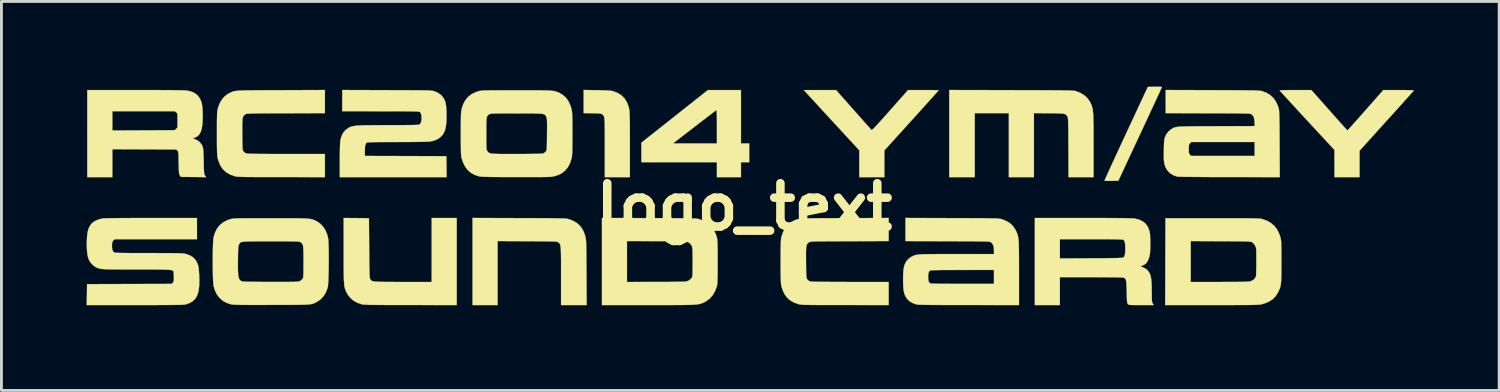
<source format=kicad_pcb>
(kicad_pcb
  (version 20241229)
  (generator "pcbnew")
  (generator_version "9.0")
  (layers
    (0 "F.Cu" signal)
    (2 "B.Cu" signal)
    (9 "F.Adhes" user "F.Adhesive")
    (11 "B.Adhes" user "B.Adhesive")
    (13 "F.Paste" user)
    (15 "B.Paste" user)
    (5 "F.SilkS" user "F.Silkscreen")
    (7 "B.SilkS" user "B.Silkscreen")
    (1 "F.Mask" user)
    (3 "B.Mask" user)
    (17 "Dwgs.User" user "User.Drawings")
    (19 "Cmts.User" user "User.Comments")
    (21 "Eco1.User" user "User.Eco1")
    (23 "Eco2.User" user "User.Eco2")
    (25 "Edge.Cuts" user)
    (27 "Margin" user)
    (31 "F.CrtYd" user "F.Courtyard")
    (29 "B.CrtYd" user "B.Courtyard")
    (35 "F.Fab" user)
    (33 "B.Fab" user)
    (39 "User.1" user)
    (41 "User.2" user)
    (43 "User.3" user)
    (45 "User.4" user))
  (footprint "logo_text"
    (layer "F.Cu")
    (at 23.154 4.235)
    (property "Reference" "logo_text" (at 0 0 0) (layer "F.SilkS") (effects (font (size 1.524 1.524) (thickness 0.3))))
    (attr through_hole)
    (fp_poly (pts (xy 14.612 -4.229) (xy 14.666 -4.226) (xy 14.695 -4.222) (xy 14.698 -4.22) (xy 14.691 -4.203) (xy 14.671 -4.157) (xy 14.638 -4.085) (xy 14.593 -3.988) (xy 14.538 -3.868) (xy 14.473 -3.728) (xy 14.4 -3.569) (xy 14.318 -3.393) (xy 14.23 -3.203) (xy 14.136 -3.001) (xy 14.036 -2.787) (xy 13.933 -2.565) (xy 13.932 -2.564) (xy 13.166 -0.923) (xy 12.928 -0.918) (xy 12.841 -0.917) (xy 12.767 -0.917) (xy 12.713 -0.919) (xy 12.683 -0.922) (xy 12.68 -0.923) (xy 12.686 -0.939) (xy 12.705 -0.984) (xy 12.737 -1.056) (xy 12.78 -1.152) (xy 12.834 -1.271) (xy 12.898 -1.411) (xy 12.971 -1.569) (xy 13.051 -1.744) (xy 13.139 -1.934) (xy 13.233 -2.137) (xy 13.332 -2.35) (xy 13.435 -2.572) (xy 13.438 -2.579) (xy 14.206 -4.225) (xy 14.452 -4.23) (xy 14.539 -4.23) (xy 14.612 -4.229)) (stroke (width 0.01) (type solid)) (fill yes) (layer "F.SilkS"))
    (fp_poly (pts (xy -0.119 -2.235) (xy 0.169 -2.235) (xy 0.169 -1.575) (xy -0.119 -1.575) (xy -0.119 -1.05) (xy -0.965 -1.05) (xy -0.965 -1.575) (xy -3.624 -1.575) (xy -3.624 -1.918) (xy -3.624 -2.235) (xy -2.509 -2.235) (xy -0.965 -2.235) (xy -0.965 -2.829) (xy -0.965 -2.992) (xy -0.966 -3.124) (xy -0.968 -3.227) (xy -0.97 -3.304) (xy -0.973 -3.359) (xy -0.977 -3.392) (xy -0.981 -3.408) (xy -0.986 -3.41) (xy -1.003 -3.397) (xy -1.044 -3.366) (xy -1.106 -3.319) (xy -1.185 -3.258) (xy -1.28 -3.186) (xy -1.385 -3.105) (xy -1.5 -3.017) (xy -1.62 -2.925) (xy -1.743 -2.83) (xy -1.865 -2.736) (xy -1.983 -2.645) (xy -2.096 -2.558) (xy -2.198 -2.479) (xy -2.289 -2.409) (xy -2.363 -2.351) (xy -2.419 -2.308) (xy -2.454 -2.28) (xy -2.461 -2.275) (xy -2.509 -2.235) (xy -3.624 -2.235) (xy -3.624 -2.261) (xy -1.281 -4.115) (xy -0.119 -4.115) (xy -0.119 -2.235)) (stroke (width 0.01) (type solid)) (fill yes) (layer "F.SilkS"))
    (fp_poly (pts (xy -5.186 -4.11) (xy -5.032 -4.107) (xy -4.907 -4.103) (xy -4.809 -4.099) (xy -4.734 -4.093) (xy -4.677 -4.087) (xy -4.635 -4.078) (xy -4.625 -4.076) (xy -4.466 -4.015) (xy -4.334 -3.933) (xy -4.226 -3.829) (xy -4.142 -3.702) (xy -4.082 -3.55) (xy -4.057 -3.451) (xy -4.051 -3.42) (xy -4.047 -3.384) (xy -4.043 -3.34) (xy -4.04 -3.284) (xy -4.037 -3.215) (xy -4.035 -3.129) (xy -4.033 -3.025) (xy -4.032 -2.899) (xy -4.031 -2.749) (xy -4.03 -2.573) (xy -4.03 -2.367) (xy -4.03 -2.185) (xy -4.03 -1.05) (xy -4.911 -1.05) (xy -4.911 -2.095) (xy -4.911 -2.315) (xy -4.911 -2.503) (xy -4.912 -2.662) (xy -4.913 -2.795) (xy -4.914 -2.905) (xy -4.917 -2.994) (xy -4.921 -3.064) (xy -4.926 -3.118) (xy -4.932 -3.159) (xy -4.941 -3.189) (xy -4.951 -3.211) (xy -4.963 -3.227) (xy -4.978 -3.241) (xy -4.995 -3.254) (xy -5.001 -3.258) (xy -5.021 -3.271) (xy -5.044 -3.28) (xy -5.076 -3.287) (xy -5.123 -3.292) (xy -5.19 -3.295) (xy -5.282 -3.298) (xy -5.352 -3.299) (xy -5.656 -3.304) (xy -5.656 -4.118) (xy -5.186 -4.11)) (stroke (width 0.01) (type solid)) (fill yes) (layer "F.SilkS"))
    (fp_poly (pts (xy 3.841 -3.422) (xy 3.957 -3.292) (xy 4.066 -3.168) (xy 4.167 -3.055) (xy 4.258 -2.953) (xy 4.336 -2.866) (xy 4.399 -2.796) (xy 4.445 -2.745) (xy 4.472 -2.716) (xy 4.478 -2.71) (xy 4.487 -2.71) (xy 4.503 -2.72) (xy 4.529 -2.741) (xy 4.565 -2.776) (xy 4.613 -2.827) (xy 4.676 -2.893) (xy 4.754 -2.979) (xy 4.849 -3.084) (xy 4.963 -3.211) (xy 5.097 -3.362) (xy 5.133 -3.403) (xy 5.764 -4.115) (xy 6.303 -4.115) (xy 6.434 -4.115) (xy 6.553 -4.114) (xy 6.657 -4.113) (xy 6.742 -4.112) (xy 6.803 -4.11) (xy 6.836 -4.109) (xy 6.841 -4.108) (xy 6.83 -4.094) (xy 6.798 -4.058) (xy 6.746 -4) (xy 6.677 -3.922) (xy 6.591 -3.827) (xy 6.491 -3.716) (xy 6.379 -3.591) (xy 6.255 -3.454) (xy 6.122 -3.306) (xy 5.98 -3.15) (xy 5.885 -3.045) (xy 4.929 -1.99) (xy 4.928 -1.52) (xy 4.928 -1.05) (xy 4.047 -1.05) (xy 4.047 -1.996) (xy 3.105 -3.017) (xy 2.959 -3.175) (xy 2.819 -3.327) (xy 2.687 -3.47) (xy 2.565 -3.603) (xy 2.454 -3.723) (xy 2.357 -3.829) (xy 2.274 -3.919) (xy 2.208 -3.99) (xy 2.161 -4.042) (xy 2.134 -4.071) (xy 2.128 -4.077) (xy 2.094 -4.115) (xy 3.227 -4.115) (xy 3.841 -3.422)) (stroke (width 0.01) (type solid)) (fill yes) (layer "F.SilkS"))
    (fp_poly (pts (xy 20.592 -3.404) (xy 20.709 -3.272) (xy 20.819 -3.148) (xy 20.92 -3.035) (xy 21.011 -2.933) (xy 21.089 -2.847) (xy 21.152 -2.778) (xy 21.199 -2.728) (xy 21.226 -2.699) (xy 21.233 -2.693) (xy 21.245 -2.706) (xy 21.278 -2.741) (xy 21.33 -2.798) (xy 21.398 -2.873) (xy 21.479 -2.964) (xy 21.573 -3.07) (xy 21.677 -3.187) (xy 21.79 -3.313) (xy 21.869 -3.404) (xy 22.496 -4.114) (xy 23.035 -4.114) (xy 23.167 -4.114) (xy 23.286 -4.113) (xy 23.389 -4.111) (xy 23.473 -4.108) (xy 23.532 -4.106) (xy 23.564 -4.102) (xy 23.568 -4.1) (xy 23.556 -4.086) (xy 23.523 -4.048) (xy 23.471 -3.989) (xy 23.401 -3.91) (xy 23.315 -3.814) (xy 23.214 -3.702) (xy 23.101 -3.576) (xy 22.977 -3.438) (xy 22.843 -3.29) (xy 22.702 -3.134) (xy 22.61 -3.033) (xy 21.658 -1.98) (xy 21.658 -1.05) (xy 20.777 -1.05) (xy 20.776 -1.528) (xy 20.775 -2.007) (xy 19.812 -3.048) (xy 19.665 -3.207) (xy 19.525 -3.358) (xy 19.393 -3.501) (xy 19.272 -3.633) (xy 19.162 -3.753) (xy 19.066 -3.858) (xy 18.986 -3.946) (xy 18.922 -4.017) (xy 18.877 -4.067) (xy 18.852 -4.096) (xy 18.847 -4.102) (xy 18.863 -4.105) (xy 18.91 -4.108) (xy 18.982 -4.11) (xy 19.076 -4.112) (xy 19.188 -4.114) (xy 19.314 -4.115) (xy 19.404 -4.115) (xy 19.961 -4.115) (xy 20.592 -3.404)) (stroke (width 0.01) (type solid)) (fill yes) (layer "F.SilkS"))
    (fp_poly (pts (xy -13.661 0.393) (xy -13.216 0.398) (xy -13.208 1.449) (xy -13.206 1.664) (xy -13.205 1.848) (xy -13.203 2.004) (xy -13.201 2.133) (xy -13.199 2.239) (xy -13.197 2.324) (xy -13.194 2.391) (xy -13.191 2.442) (xy -13.188 2.479) (xy -13.184 2.506) (xy -13.179 2.525) (xy -13.173 2.539) (xy -13.169 2.546) (xy -13.156 2.565) (xy -13.142 2.582) (xy -13.126 2.596) (xy -13.104 2.607) (xy -13.074 2.617) (xy -13.034 2.624) (xy -12.979 2.63) (xy -12.909 2.634) (xy -12.821 2.637) (xy -12.712 2.639) (xy -12.578 2.641) (xy -12.419 2.641) (xy -12.231 2.642) (xy -12.015 2.642) (xy -11.007 2.642) (xy -11.007 0.389) (xy -10.126 0.389) (xy -10.126 3.454) (xy -11.748 3.453) (xy -12.028 3.453) (xy -12.276 3.452) (xy -12.494 3.452) (xy -12.685 3.451) (xy -12.849 3.45) (xy -12.989 3.448) (xy -13.107 3.447) (xy -13.205 3.445) (xy -13.284 3.443) (xy -13.347 3.44) (xy -13.396 3.437) (xy -13.433 3.434) (xy -13.458 3.43) (xy -13.467 3.428) (xy -13.626 3.374) (xy -13.765 3.295) (xy -13.88 3.193) (xy -13.972 3.07) (xy -13.995 3.025) (xy -14.016 2.983) (xy -14.034 2.944) (xy -14.049 2.905) (xy -14.062 2.864) (xy -14.072 2.818) (xy -14.081 2.765) (xy -14.088 2.701) (xy -14.094 2.624) (xy -14.098 2.531) (xy -14.101 2.421) (xy -14.103 2.289) (xy -14.104 2.134) (xy -14.105 1.953) (xy -14.105 1.742) (xy -14.105 1.528) (xy -14.105 0.389) (xy -13.661 0.393)) (stroke (width 0.01) (type solid)) (fill yes) (layer "F.SilkS"))
    (fp_poly (pts (xy -7.929 0.394) (xy -7.655 0.394) (xy -7.413 0.395) (xy -7.2 0.396) (xy -7.015 0.397) (xy -6.856 0.398) (xy -6.72 0.4) (xy -6.605 0.401) (xy -6.509 0.403) (xy -6.431 0.405) (xy -6.367 0.407) (xy -6.316 0.41) (xy -6.276 0.413) (xy -6.244 0.417) (xy -6.219 0.421) (xy -6.199 0.426) (xy -6.189 0.428) (xy -6.034 0.485) (xy -5.907 0.558) (xy -5.817 0.634) (xy -5.731 0.736) (xy -5.664 0.852) (xy -5.612 0.99) (xy -5.601 1.027) (xy -5.594 1.054) (xy -5.588 1.081) (xy -5.583 1.111) (xy -5.578 1.145) (xy -5.575 1.187) (xy -5.571 1.24) (xy -5.569 1.306) (xy -5.567 1.388) (xy -5.565 1.488) (xy -5.563 1.609) (xy -5.562 1.754) (xy -5.561 1.926) (xy -5.559 2.126) (xy -5.558 2.307) (xy -5.551 3.454) (xy -6.452 3.454) (xy -6.452 2.43) (xy -6.452 2.208) (xy -6.452 2.017) (xy -6.452 1.855) (xy -6.454 1.719) (xy -6.456 1.607) (xy -6.459 1.516) (xy -6.464 1.444) (xy -6.47 1.388) (xy -6.478 1.345) (xy -6.488 1.314) (xy -6.5 1.291) (xy -6.515 1.274) (xy -6.532 1.26) (xy -6.552 1.247) (xy -6.558 1.244) (xy -6.57 1.237) (xy -6.585 1.231) (xy -6.605 1.226) (xy -6.633 1.222) (xy -6.67 1.219) (xy -6.721 1.216) (xy -6.788 1.214) (xy -6.872 1.212) (xy -6.977 1.21) (xy -7.106 1.209) (xy -7.261 1.208) (xy -7.445 1.207) (xy -7.65 1.206) (xy -8.687 1.201) (xy -8.687 3.454) (xy -9.567 3.454) (xy -9.567 0.388) (xy -7.929 0.394)) (stroke (width 0.01) (type solid)) (fill yes) (layer "F.SilkS"))
    (fp_poly (pts (xy 9.394 -4.111) (xy 9.712 -4.11) (xy 9.997 -4.109) (xy 10.253 -4.109) (xy 10.48 -4.108) (xy 10.68 -4.107) (xy 10.855 -4.106) (xy 11.008 -4.105) (xy 11.139 -4.104) (xy 11.25 -4.102) (xy 11.344 -4.1) (xy 11.422 -4.099) (xy 11.485 -4.096) (xy 11.537 -4.094) (xy 11.578 -4.091) (xy 11.61 -4.088) (xy 11.635 -4.085) (xy 11.655 -4.081) (xy 11.672 -4.077) (xy 11.674 -4.076) (xy 11.832 -4.014) (xy 11.969 -3.928) (xy 12.082 -3.822) (xy 12.17 -3.697) (xy 12.193 -3.65) (xy 12.212 -3.607) (xy 12.228 -3.565) (xy 12.242 -3.521) (xy 12.254 -3.474) (xy 12.264 -3.419) (xy 12.272 -3.355) (xy 12.279 -3.279) (xy 12.284 -3.188) (xy 12.287 -3.079) (xy 12.29 -2.95) (xy 12.292 -2.799) (xy 12.293 -2.622) (xy 12.293 -2.416) (xy 12.294 -2.18) (xy 12.294 -2.148) (xy 12.294 -1.05) (xy 11.414 -1.05) (xy 11.409 -2.087) (xy 11.408 -2.302) (xy 11.407 -2.485) (xy 11.406 -2.639) (xy 11.405 -2.768) (xy 11.403 -2.873) (xy 11.401 -2.957) (xy 11.399 -3.024) (xy 11.396 -3.074) (xy 11.392 -3.112) (xy 11.388 -3.14) (xy 11.383 -3.159) (xy 11.377 -3.174) (xy 11.375 -3.179) (xy 11.357 -3.209) (xy 11.34 -3.234) (xy 11.319 -3.253) (xy 11.29 -3.268) (xy 11.25 -3.279) (xy 11.196 -3.286) (xy 11.123 -3.291) (xy 11.027 -3.295) (xy 10.906 -3.297) (xy 10.755 -3.299) (xy 10.724 -3.299) (xy 10.194 -3.304) (xy 10.194 -1.05) (xy 9.313 -1.05) (xy 9.313 -3.302) (xy 8.111 -3.302) (xy 8.111 -1.05) (xy 7.214 -1.05) (xy 7.214 -4.116) (xy 9.394 -4.111)) (stroke (width 0.01) (type solid)) (fill yes) (layer "F.SilkS"))
    (fp_poly (pts (xy -21.109 -4.115) (xy -20.815 -4.114) (xy -20.553 -4.113) (xy -20.325 -4.112) (xy -20.129 -4.11) (xy -19.965 -4.108) (xy -19.833 -4.106) (xy -19.732 -4.103) (xy -19.662 -4.1) (xy -19.622 -4.096) (xy -19.473 -4.061) (xy -19.349 -4.005) (xy -19.25 -3.927) (xy -19.173 -3.827) (xy -19.153 -3.788) (xy -19.121 -3.713) (xy -19.098 -3.628) (xy -19.082 -3.53) (xy -19.072 -3.412) (xy -19.068 -3.268) (xy -19.067 -3.214) (xy -19.071 -3.031) (xy -19.083 -2.878) (xy -19.104 -2.754) (xy -19.134 -2.656) (xy -19.144 -2.632) (xy -19.192 -2.549) (xy -19.249 -2.491) (xy -19.325 -2.449) (xy -19.358 -2.437) (xy -19.401 -2.42) (xy -19.42 -2.409) (xy -19.414 -2.405) (xy -19.363 -2.394) (xy -19.298 -2.366) (xy -19.233 -2.328) (xy -19.179 -2.286) (xy -19.161 -2.267) (xy -19.128 -2.226) (xy -19.101 -2.188) (xy -19.081 -2.148) (xy -19.065 -2.101) (xy -19.054 -2.044) (xy -19.046 -1.971) (xy -19.041 -1.877) (xy -19.037 -1.759) (xy -19.033 -1.613) (xy -19.033 -1.605) (xy -19.03 -1.47) (xy -19.028 -1.364) (xy -19.025 -1.283) (xy -19.021 -1.223) (xy -19.017 -1.181) (xy -19.011 -1.151) (xy -19.003 -1.129) (xy -18.993 -1.112) (xy -18.985 -1.101) (xy -18.947 -1.049) (xy -19.39 -1.054) (xy -19.834 -1.058) (xy -19.869 -1.106) (xy -19.881 -1.123) (xy -19.89 -1.144) (xy -19.897 -1.172) (xy -19.902 -1.212) (xy -19.905 -1.269) (xy -19.909 -1.348) (xy -19.911 -1.452) (xy -19.914 -1.55) (xy -19.916 -1.676) (xy -19.919 -1.773) (xy -19.922 -1.844) (xy -19.926 -1.895) (xy -19.931 -1.93) (xy -19.938 -1.954) (xy -19.947 -1.97) (xy -19.959 -1.984) (xy -19.961 -1.985) (xy -19.999 -2.024) (xy -22.25 -2.033) (xy -22.25 -1.05) (xy -23.131 -1.05) (xy -23.131 -3.37) (xy -22.25 -3.37) (xy -22.25 -2.691) (xy -21.15 -2.696) (xy -20.05 -2.701) (xy -20.003 -2.748) (xy -19.956 -2.795) (xy -19.956 -3.288) (xy -20.051 -3.37) (xy -22.25 -3.37) (xy -23.131 -3.37) (xy -23.131 -4.115) (xy -21.437 -4.115) (xy -21.109 -4.115)) (stroke (width 0.01) (type solid)) (fill yes) (layer "F.SilkS"))
    (fp_poly (pts (xy -3.357 0.394) (xy -3.081 0.394) (xy -2.838 0.395) (xy -2.624 0.396) (xy -2.437 0.397) (xy -2.276 0.398) (xy -2.139 0.4) (xy -2.022 0.401) (xy -1.925 0.403) (xy -1.846 0.405) (xy -1.781 0.407) (xy -1.729 0.41) (xy -1.688 0.413) (xy -1.656 0.417) (xy -1.631 0.421) (xy -1.61 0.426) (xy -1.6 0.428) (xy -1.43 0.491) (xy -1.287 0.575) (xy -1.169 0.68) (xy -1.075 0.809) (xy -1.003 0.963) (xy -0.97 1.067) (xy -0.962 1.097) (xy -0.956 1.13) (xy -0.952 1.17) (xy -0.948 1.22) (xy -0.945 1.283) (xy -0.943 1.364) (xy -0.941 1.465) (xy -0.94 1.589) (xy -0.94 1.741) (xy -0.94 1.922) (xy -0.94 1.93) (xy -0.94 2.113) (xy -0.94 2.266) (xy -0.941 2.391) (xy -0.943 2.493) (xy -0.945 2.574) (xy -0.948 2.638) (xy -0.951 2.689) (xy -0.956 2.729) (xy -0.962 2.762) (xy -0.969 2.792) (xy -0.97 2.794) (xy -1.03 2.961) (xy -1.114 3.105) (xy -1.219 3.225) (xy -1.346 3.318) (xy -1.395 3.345) (xy -1.43 3.362) (xy -1.463 3.378) (xy -1.495 3.391) (xy -1.528 3.403) (xy -1.565 3.413) (xy -1.608 3.422) (xy -1.659 3.43) (xy -1.72 3.436) (xy -1.793 3.441) (xy -1.881 3.445) (xy -1.984 3.448) (xy -2.107 3.45) (xy -2.25 3.452) (xy -2.417 3.453) (xy -2.608 3.454) (xy -2.827 3.454) (xy -3.075 3.454) (xy -3.354 3.454) (xy -3.382 3.454) (xy -5.012 3.454) (xy -5.012 2.642) (xy -4.132 2.642) (xy -3.12 2.641) (xy -2.936 2.641) (xy -2.76 2.64) (xy -2.597 2.639) (xy -2.448 2.637) (xy -2.318 2.635) (xy -2.208 2.633) (xy -2.124 2.631) (xy -2.067 2.628) (xy -2.042 2.625) (xy -1.949 2.588) (xy -1.873 2.521) (xy -1.855 2.5) (xy -1.845 2.485) (xy -1.837 2.468) (xy -1.831 2.445) (xy -1.827 2.411) (xy -1.824 2.364) (xy -1.822 2.299) (xy -1.821 2.212) (xy -1.82 2.099) (xy -1.82 1.956) (xy -1.82 1.942) (xy -1.82 1.796) (xy -1.821 1.68) (xy -1.822 1.589) (xy -1.824 1.52) (xy -1.827 1.469) (xy -1.832 1.432) (xy -1.838 1.404) (xy -1.846 1.381) (xy -1.854 1.364) (xy -1.908 1.288) (xy -1.982 1.238) (xy -2.042 1.218) (xy -2.07 1.216) (xy -2.13 1.213) (xy -2.217 1.211) (xy -2.328 1.208) (xy -2.46 1.206) (xy -2.61 1.205) (xy -2.775 1.204) (xy -2.951 1.203) (xy -3.12 1.203) (xy -4.132 1.202) (xy -4.132 2.642) (xy -5.012 2.642) (xy -5.012 0.388) (xy -3.357 0.394)) (stroke (width 0.01) (type solid)) (fill yes) (layer "F.SilkS"))
    (fp_poly (pts (xy -14.766 -3.303) (xy -16.145 -3.298) (xy -16.393 -3.297) (xy -16.609 -3.297) (xy -16.797 -3.296) (xy -16.957 -3.295) (xy -17.092 -3.294) (xy -17.204 -3.292) (xy -17.296 -3.291) (xy -17.37 -3.289) (xy -17.428 -3.287) (xy -17.472 -3.284) (xy -17.505 -3.281) (xy -17.529 -3.277) (xy -17.546 -3.273) (xy -17.558 -3.267) (xy -17.567 -3.261) (xy -17.571 -3.258) (xy -17.6 -3.237) (xy -17.622 -3.215) (xy -17.64 -3.189) (xy -17.654 -3.156) (xy -17.664 -3.112) (xy -17.67 -3.053) (xy -17.674 -2.976) (xy -17.676 -2.876) (xy -17.676 -2.751) (xy -17.675 -2.597) (xy -17.675 -2.557) (xy -17.673 -2.406) (xy -17.672 -2.285) (xy -17.67 -2.19) (xy -17.668 -2.118) (xy -17.665 -2.065) (xy -17.661 -2.027) (xy -17.655 -2) (xy -17.648 -1.98) (xy -17.639 -1.964) (xy -17.631 -1.952) (xy -17.577 -1.902) (xy -17.53 -1.88) (xy -17.499 -1.877) (xy -17.436 -1.874) (xy -17.34 -1.871) (xy -17.212 -1.868) (xy -17.053 -1.866) (xy -16.863 -1.865) (xy -16.644 -1.864) (xy -16.396 -1.863) (xy -16.119 -1.863) (xy -16.116 -1.863) (xy -14.766 -1.863) (xy -14.766 -1.05) (xy -16.294 -1.051) (xy -16.557 -1.051) (xy -16.789 -1.051) (xy -16.991 -1.052) (xy -17.166 -1.052) (xy -17.316 -1.053) (xy -17.443 -1.054) (xy -17.55 -1.055) (xy -17.638 -1.057) (xy -17.711 -1.059) (xy -17.769 -1.061) (xy -17.816 -1.064) (xy -17.854 -1.067) (xy -17.885 -1.071) (xy -17.911 -1.076) (xy -17.934 -1.081) (xy -17.946 -1.084) (xy -18.106 -1.141) (xy -18.242 -1.221) (xy -18.354 -1.325) (xy -18.443 -1.454) (xy -18.509 -1.608) (xy -18.537 -1.707) (xy -18.544 -1.741) (xy -18.55 -1.779) (xy -18.555 -1.822) (xy -18.559 -1.875) (xy -18.562 -1.941) (xy -18.564 -2.023) (xy -18.566 -2.125) (xy -18.567 -2.251) (xy -18.567 -2.403) (xy -18.567 -2.586) (xy -18.567 -2.591) (xy -18.567 -2.775) (xy -18.567 -2.928) (xy -18.566 -3.054) (xy -18.564 -3.157) (xy -18.562 -3.239) (xy -18.559 -3.304) (xy -18.555 -3.356) (xy -18.55 -3.397) (xy -18.544 -3.432) (xy -18.538 -3.459) (xy -18.483 -3.618) (xy -18.408 -3.758) (xy -18.313 -3.875) (xy -18.202 -3.965) (xy -18.145 -3.997) (xy -18.109 -4.015) (xy -18.077 -4.031) (xy -18.047 -4.045) (xy -18.016 -4.057) (xy -17.982 -4.067) (xy -17.944 -4.076) (xy -17.898 -4.083) (xy -17.842 -4.089) (xy -17.775 -4.094) (xy -17.694 -4.098) (xy -17.596 -4.101) (xy -17.48 -4.104) (xy -17.343 -4.105) (xy -17.184 -4.107) (xy -16.999 -4.108) (xy -16.786 -4.109) (xy -16.544 -4.11) (xy -16.311 -4.11) (xy -14.766 -4.116) (xy -14.766 -3.303)) (stroke (width 0.01) (type solid)) (fill yes) (layer "F.SilkS"))
    (fp_poly (pts (xy 5.08 1.201) (xy 3.701 1.206) (xy 3.453 1.207) (xy 3.236 1.208) (xy 3.049 1.209) (xy 2.889 1.209) (xy 2.754 1.211) (xy 2.642 1.212) (xy 2.55 1.213) (xy 2.476 1.215) (xy 2.418 1.217) (xy 2.373 1.22) (xy 2.341 1.223) (xy 2.317 1.227) (xy 2.3 1.232) (xy 2.288 1.237) (xy 2.279 1.243) (xy 2.275 1.246) (xy 2.246 1.267) (xy 2.224 1.289) (xy 2.206 1.315) (xy 2.192 1.348) (xy 2.182 1.392) (xy 2.176 1.451) (xy 2.172 1.528) (xy 2.17 1.628) (xy 2.17 1.753) (xy 2.171 1.907) (xy 2.171 1.947) (xy 2.173 2.098) (xy 2.174 2.219) (xy 2.176 2.314) (xy 2.178 2.386) (xy 2.181 2.439) (xy 2.185 2.478) (xy 2.19 2.505) (xy 2.198 2.524) (xy 2.207 2.54) (xy 2.215 2.552) (xy 2.269 2.603) (xy 2.316 2.624) (xy 2.347 2.628) (xy 2.41 2.631) (xy 2.506 2.634) (xy 2.634 2.636) (xy 2.793 2.638) (xy 2.983 2.639) (xy 3.202 2.641) (xy 3.45 2.641) (xy 3.727 2.642) (xy 3.73 2.642) (xy 5.08 2.642) (xy 5.08 3.454) (xy 3.552 3.453) (xy 3.289 3.453) (xy 3.057 3.453) (xy 2.855 3.453) (xy 2.68 3.452) (xy 2.53 3.451) (xy 2.403 3.45) (xy 2.296 3.449) (xy 2.208 3.448) (xy 2.135 3.446) (xy 2.077 3.443) (xy 2.029 3.44) (xy 1.992 3.437) (xy 1.961 3.433) (xy 1.935 3.428) (xy 1.912 3.423) (xy 1.9 3.42) (xy 1.74 3.363) (xy 1.604 3.283) (xy 1.492 3.179) (xy 1.403 3.05) (xy 1.337 2.896) (xy 1.309 2.798) (xy 1.302 2.763) (xy 1.296 2.725) (xy 1.291 2.682) (xy 1.287 2.629) (xy 1.284 2.564) (xy 1.281 2.481) (xy 1.28 2.379) (xy 1.279 2.254) (xy 1.279 2.101) (xy 1.279 1.919) (xy 1.279 1.913) (xy 1.279 1.73) (xy 1.279 1.576) (xy 1.28 1.45) (xy 1.282 1.347) (xy 1.284 1.265) (xy 1.287 1.2) (xy 1.291 1.148) (xy 1.296 1.107) (xy 1.302 1.072) (xy 1.308 1.046) (xy 1.363 0.886) (xy 1.438 0.746) (xy 1.533 0.629) (xy 1.644 0.539) (xy 1.701 0.507) (xy 1.737 0.489) (xy 1.769 0.473) (xy 1.799 0.46) (xy 1.83 0.448) (xy 1.864 0.437) (xy 1.902 0.429) (xy 1.948 0.421) (xy 2.004 0.415) (xy 2.071 0.41) (xy 2.152 0.406) (xy 2.25 0.403) (xy 2.366 0.401) (xy 2.503 0.399) (xy 2.662 0.397) (xy 2.847 0.396) (xy 3.06 0.396) (xy 3.302 0.395) (xy 3.535 0.394) (xy 5.08 0.388) (xy 5.08 1.201)) (stroke (width 0.01) (type solid)) (fill yes) (layer "F.SilkS"))
    (fp_poly (pts (xy 16.751 0.398) (xy 16.994 0.398) (xy 17.207 0.398) (xy 17.393 0.399) (xy 17.554 0.399) (xy 17.691 0.4) (xy 17.806 0.401) (xy 17.903 0.403) (xy 17.983 0.404) (xy 18.047 0.407) (xy 18.099 0.409) (xy 18.141 0.412) (xy 18.173 0.416) (xy 18.2 0.42) (xy 18.221 0.424) (xy 18.236 0.428) (xy 18.403 0.488) (xy 18.545 0.57) (xy 18.664 0.674) (xy 18.76 0.803) (xy 18.835 0.958) (xy 18.876 1.084) (xy 18.883 1.114) (xy 18.889 1.147) (xy 18.894 1.187) (xy 18.898 1.236) (xy 18.901 1.3) (xy 18.903 1.38) (xy 18.905 1.481) (xy 18.906 1.605) (xy 18.906 1.756) (xy 18.906 1.93) (xy 18.906 2.121) (xy 18.905 2.28) (xy 18.904 2.414) (xy 18.901 2.524) (xy 18.897 2.615) (xy 18.89 2.69) (xy 18.881 2.753) (xy 18.869 2.808) (xy 18.854 2.857) (xy 18.835 2.906) (xy 18.812 2.956) (xy 18.787 3.008) (xy 18.705 3.14) (xy 18.597 3.249) (xy 18.463 3.336) (xy 18.304 3.401) (xy 18.208 3.427) (xy 18.185 3.432) (xy 18.157 3.436) (xy 18.122 3.439) (xy 18.078 3.442) (xy 18.023 3.445) (xy 17.955 3.447) (xy 17.872 3.449) (xy 17.772 3.451) (xy 17.652 3.452) (xy 17.51 3.453) (xy 17.345 3.453) (xy 17.154 3.454) (xy 16.935 3.454) (xy 16.686 3.454) (xy 16.452 3.454) (xy 14.816 3.454) (xy 14.819 2.642) (xy 15.714 2.642) (xy 16.727 2.642) (xy 16.944 2.641) (xy 17.129 2.641) (xy 17.286 2.64) (xy 17.416 2.639) (xy 17.524 2.638) (xy 17.61 2.636) (xy 17.679 2.633) (xy 17.732 2.63) (xy 17.773 2.626) (xy 17.803 2.622) (xy 17.826 2.616) (xy 17.826 2.616) (xy 17.911 2.576) (xy 17.975 2.516) (xy 18.013 2.441) (xy 18.013 2.441) (xy 18.016 2.413) (xy 18.019 2.356) (xy 18.022 2.274) (xy 18.024 2.173) (xy 18.025 2.058) (xy 18.026 1.933) (xy 18.026 1.922) (xy 18.025 1.783) (xy 18.025 1.673) (xy 18.024 1.589) (xy 18.022 1.525) (xy 18.018 1.478) (xy 18.013 1.443) (xy 18.006 1.416) (xy 17.997 1.392) (xy 17.985 1.367) (xy 17.983 1.363) (xy 17.935 1.291) (xy 17.882 1.245) (xy 17.869 1.238) (xy 17.854 1.232) (xy 17.834 1.227) (xy 17.808 1.223) (xy 17.772 1.219) (xy 17.723 1.216) (xy 17.66 1.214) (xy 17.579 1.212) (xy 17.478 1.21) (xy 17.354 1.209) (xy 17.205 1.208) (xy 17.027 1.207) (xy 16.819 1.206) (xy 16.768 1.206) (xy 15.714 1.201) (xy 15.714 2.642) (xy 14.819 2.642) (xy 14.821 1.926) (xy 14.825 0.398) (xy 16.476 0.398) (xy 16.751 0.398)) (stroke (width 0.01) (type solid)) (fill yes) (layer "F.SilkS"))
    (fp_poly (pts (xy -12.586 -4.111) (xy -12.32 -4.11) (xy -12.086 -4.109) (xy -11.881 -4.109) (xy -11.704 -4.108) (xy -11.551 -4.107) (xy -11.422 -4.106) (xy -11.314 -4.104) (xy -11.224 -4.103) (xy -11.151 -4.101) (xy -11.092 -4.098) (xy -11.045 -4.096) (xy -11.009 -4.092) (xy -10.98 -4.088) (xy -10.956 -4.084) (xy -10.936 -4.079) (xy -10.918 -4.073) (xy -10.905 -4.069) (xy -10.775 -4.01) (xy -10.671 -3.932) (xy -10.601 -3.848) (xy -10.564 -3.787) (xy -10.537 -3.724) (xy -10.517 -3.654) (xy -10.502 -3.569) (xy -10.493 -3.464) (xy -10.487 -3.331) (xy -10.487 -3.327) (xy -10.485 -3.125) (xy -10.493 -2.954) (xy -10.512 -2.81) (xy -10.542 -2.693) (xy -10.549 -2.672) (xy -10.61 -2.554) (xy -10.698 -2.457) (xy -10.81 -2.381) (xy -10.944 -2.328) (xy -11.063 -2.304) (xy -11.108 -2.3) (xy -11.184 -2.297) (xy -11.29 -2.294) (xy -11.421 -2.291) (xy -11.576 -2.289) (xy -11.753 -2.287) (xy -11.948 -2.286) (xy -12.16 -2.286) (xy -12.231 -2.285) (xy -12.451 -2.285) (xy -12.64 -2.285) (xy -12.799 -2.284) (xy -12.931 -2.283) (xy -13.039 -2.281) (xy -13.124 -2.279) (xy -13.19 -2.277) (xy -13.238 -2.274) (xy -13.27 -2.27) (xy -13.29 -2.266) (xy -13.298 -2.262) (xy -13.325 -2.229) (xy -13.344 -2.175) (xy -13.356 -2.096) (xy -13.36 -1.989) (xy -13.36 -1.96) (xy -13.36 -1.795) (xy -11.925 -1.791) (xy -10.49 -1.786) (xy -10.481 -1.05) (xy -14.241 -1.05) (xy -14.241 -1.638) (xy -14.24 -1.782) (xy -14.239 -1.919) (xy -14.237 -2.045) (xy -14.234 -2.156) (xy -14.23 -2.245) (xy -14.226 -2.31) (xy -14.223 -2.337) (xy -14.186 -2.482) (xy -14.124 -2.606) (xy -14.038 -2.708) (xy -13.929 -2.786) (xy -13.882 -2.809) (xy -13.847 -2.823) (xy -13.809 -2.834) (xy -13.766 -2.844) (xy -13.714 -2.853) (xy -13.651 -2.86) (xy -13.575 -2.865) (xy -13.482 -2.87) (xy -13.371 -2.873) (xy -13.238 -2.875) (xy -13.081 -2.877) (xy -12.897 -2.878) (xy -12.684 -2.879) (xy -12.513 -2.879) (xy -12.279 -2.879) (xy -12.077 -2.88) (xy -11.906 -2.881) (xy -11.764 -2.882) (xy -11.65 -2.884) (xy -11.561 -2.887) (xy -11.498 -2.89) (xy -11.457 -2.894) (xy -11.439 -2.898) (xy -11.405 -2.931) (xy -11.38 -2.988) (xy -11.365 -3.06) (xy -11.361 -3.14) (xy -11.368 -3.218) (xy -11.385 -3.286) (xy -11.414 -3.335) (xy -11.425 -3.346) (xy -11.436 -3.35) (xy -11.457 -3.354) (xy -11.491 -3.357) (xy -11.54 -3.36) (xy -11.606 -3.362) (xy -11.691 -3.364) (xy -11.796 -3.366) (xy -11.925 -3.367) (xy -12.078 -3.368) (xy -12.258 -3.368) (xy -12.468 -3.369) (xy -12.708 -3.369) (xy -12.806 -3.369) (xy -14.156 -3.37) (xy -14.156 -4.116) (xy -12.586 -4.111)) (stroke (width 0.01) (type solid)) (fill yes) (layer "F.SilkS"))
    (fp_poly (pts (xy 16.48 -4.111) (xy 16.755 -4.11) (xy 16.998 -4.109) (xy 17.211 -4.108) (xy 17.397 -4.107) (xy 17.557 -4.106) (xy 17.694 -4.104) (xy 17.809 -4.103) (xy 17.906 -4.101) (xy 17.985 -4.099) (xy 18.049 -4.097) (xy 18.1 -4.094) (xy 18.14 -4.091) (xy 18.172 -4.087) (xy 18.197 -4.083) (xy 18.217 -4.079) (xy 18.227 -4.076) (xy 18.386 -4.015) (xy 18.52 -3.932) (xy 18.631 -3.827) (xy 18.72 -3.697) (xy 18.788 -3.54) (xy 18.807 -3.48) (xy 18.813 -3.457) (xy 18.818 -3.431) (xy 18.823 -3.398) (xy 18.826 -3.357) (xy 18.829 -3.304) (xy 18.832 -3.237) (xy 18.834 -3.154) (xy 18.836 -3.052) (xy 18.838 -2.928) (xy 18.839 -2.779) (xy 18.841 -2.604) (xy 18.842 -2.4) (xy 18.843 -2.214) (xy 18.849 -1.05) (xy 17.074 -1.051) (xy 16.801 -1.052) (xy 16.544 -1.052) (xy 16.305 -1.053) (xy 16.086 -1.055) (xy 15.888 -1.056) (xy 15.713 -1.058) (xy 15.562 -1.059) (xy 15.439 -1.061) (xy 15.343 -1.064) (xy 15.277 -1.066) (xy 15.243 -1.068) (xy 15.24 -1.069) (xy 15.097 -1.12) (xy 14.982 -1.192) (xy 14.892 -1.284) (xy 14.827 -1.398) (xy 14.792 -1.505) (xy 14.782 -1.551) (xy 14.775 -1.602) (xy 14.77 -1.663) (xy 14.768 -1.74) (xy 14.768 -1.838) (xy 14.769 -1.964) (xy 14.769 -1.991) (xy 14.77 -2.037) (xy 15.646 -2.037) (xy 15.647 -1.962) (xy 15.65 -1.911) (xy 15.658 -1.878) (xy 15.671 -1.855) (xy 15.688 -1.836) (xy 15.73 -1.795) (xy 17.966 -1.795) (xy 17.966 -2.286) (xy 15.736 -2.286) (xy 15.691 -2.241) (xy 15.67 -2.218) (xy 15.657 -2.194) (xy 15.65 -2.16) (xy 15.647 -2.108) (xy 15.646 -2.037) (xy 14.77 -2.037) (xy 14.771 -2.117) (xy 14.774 -2.213) (xy 14.778 -2.287) (xy 14.783 -2.343) (xy 14.79 -2.387) (xy 14.799 -2.424) (xy 14.811 -2.459) (xy 14.866 -2.573) (xy 14.938 -2.663) (xy 15.016 -2.726) (xy 15.045 -2.745) (xy 15.072 -2.762) (xy 15.097 -2.777) (xy 15.125 -2.79) (xy 15.156 -2.8) (xy 15.195 -2.809) (xy 15.242 -2.817) (xy 15.3 -2.823) (xy 15.372 -2.828) (xy 15.46 -2.831) (xy 15.567 -2.834) (xy 15.694 -2.836) (xy 15.844 -2.838) (xy 16.019 -2.839) (xy 16.222 -2.84) (xy 16.455 -2.84) (xy 16.618 -2.841) (xy 17.97 -2.846) (xy 17.963 -2.985) (xy 17.953 -3.085) (xy 17.935 -3.159) (xy 17.905 -3.214) (xy 17.86 -3.257) (xy 17.859 -3.258) (xy 17.85 -3.264) (xy 17.84 -3.27) (xy 17.827 -3.274) (xy 17.808 -3.278) (xy 17.781 -3.282) (xy 17.745 -3.285) (xy 17.696 -3.287) (xy 17.633 -3.289) (xy 17.554 -3.291) (xy 17.456 -3.293) (xy 17.338 -3.294) (xy 17.197 -3.295) (xy 17.031 -3.296) (xy 16.838 -3.297) (xy 16.615 -3.297) (xy 16.362 -3.298) (xy 16.323 -3.298) (xy 14.834 -3.303) (xy 14.834 -4.116) (xy 16.48 -4.111)) (stroke (width 0.01) (type solid)) (fill yes) (layer "F.SilkS"))
    (fp_poly (pts (xy 12.247 0.39) (xy 12.538 0.39) (xy 12.796 0.391) (xy 13.022 0.392) (xy 13.217 0.394) (xy 13.38 0.396) (xy 13.513 0.398) (xy 13.616 0.401) (xy 13.689 0.404) (xy 13.733 0.408) (xy 13.738 0.408) (xy 13.891 0.445) (xy 14.018 0.504) (xy 14.121 0.586) (xy 14.199 0.691) (xy 14.253 0.82) (xy 14.273 0.905) (xy 14.281 0.967) (xy 14.286 1.055) (xy 14.29 1.161) (xy 14.291 1.276) (xy 14.29 1.392) (xy 14.287 1.502) (xy 14.282 1.597) (xy 14.275 1.669) (xy 14.274 1.676) (xy 14.25 1.778) (xy 14.213 1.874) (xy 14.168 1.954) (xy 14.132 1.997) (xy 14.091 2.026) (xy 14.034 2.054) (xy 14 2.068) (xy 13.957 2.085) (xy 13.94 2.096) (xy 13.949 2.099) (xy 13.998 2.11) (xy 14.06 2.137) (xy 14.123 2.174) (xy 14.177 2.215) (xy 14.193 2.229) (xy 14.234 2.28) (xy 14.268 2.335) (xy 14.294 2.4) (xy 14.313 2.477) (xy 14.327 2.572) (xy 14.336 2.689) (xy 14.341 2.831) (xy 14.342 2.997) (xy 14.343 3.116) (xy 14.344 3.205) (xy 14.346 3.271) (xy 14.35 3.319) (xy 14.356 3.352) (xy 14.364 3.377) (xy 14.376 3.399) (xy 14.376 3.399) (xy 14.41 3.454) (xy 13.972 3.454) (xy 13.839 3.454) (xy 13.736 3.454) (xy 13.658 3.453) (xy 13.602 3.45) (xy 13.563 3.447) (xy 13.537 3.441) (xy 13.52 3.434) (xy 13.508 3.425) (xy 13.503 3.419) (xy 13.492 3.405) (xy 13.484 3.385) (xy 13.478 3.356) (xy 13.473 3.313) (xy 13.469 3.251) (xy 13.466 3.166) (xy 13.463 3.054) (xy 13.462 2.99) (xy 13.459 2.852) (xy 13.454 2.744) (xy 13.448 2.661) (xy 13.439 2.6) (xy 13.427 2.557) (xy 13.41 2.527) (xy 13.388 2.507) (xy 13.36 2.492) (xy 13.35 2.488) (xy 13.325 2.485) (xy 13.268 2.482) (xy 13.181 2.48) (xy 13.066 2.477) (xy 12.927 2.476) (xy 12.763 2.474) (xy 12.579 2.473) (xy 12.375 2.472) (xy 12.208 2.472) (xy 11.108 2.472) (xy 11.108 3.454) (xy 10.228 3.454) (xy 10.228 1.813) (xy 11.108 1.813) (xy 12.205 1.808) (xy 12.439 1.807) (xy 12.642 1.806) (xy 12.815 1.804) (xy 12.959 1.802) (xy 13.077 1.8) (xy 13.171 1.797) (xy 13.242 1.794) (xy 13.292 1.791) (xy 13.324 1.787) (xy 13.337 1.783) (xy 13.367 1.756) (xy 13.389 1.713) (xy 13.402 1.649) (xy 13.409 1.56) (xy 13.411 1.463) (xy 13.409 1.355) (xy 13.402 1.275) (xy 13.389 1.218) (xy 13.368 1.179) (xy 13.347 1.158) (xy 13.335 1.153) (xy 13.31 1.149) (xy 13.269 1.146) (xy 13.211 1.143) (xy 13.134 1.141) (xy 13.035 1.139) (xy 12.913 1.137) (xy 12.765 1.136) (xy 12.588 1.136) (xy 12.382 1.135) (xy 12.213 1.135) (xy 11.108 1.135) (xy 11.108 1.813) (xy 10.228 1.813) (xy 10.228 0.389) (xy 11.922 0.389) (xy 12.247 0.39)) (stroke (width 0.01) (type solid)) (fill yes) (layer "F.SilkS"))
    (fp_poly (pts (xy -19.27 1.135) (xy -22.164 1.135) (xy -22.209 1.173) (xy -22.234 1.2) (xy -22.249 1.231) (xy -22.258 1.278) (xy -22.262 1.33) (xy -22.262 1.437) (xy -22.245 1.521) (xy -22.213 1.58) (xy -22.183 1.604) (xy -22.167 1.608) (xy -22.136 1.612) (xy -22.089 1.615) (xy -22.024 1.618) (xy -21.937 1.62) (xy -21.829 1.622) (xy -21.695 1.623) (xy -21.536 1.624) (xy -21.347 1.625) (xy -21.129 1.625) (xy -20.955 1.625) (xy -20.724 1.625) (xy -20.524 1.626) (xy -20.354 1.626) (xy -20.209 1.627) (xy -20.088 1.628) (xy -19.988 1.629) (xy -19.907 1.631) (xy -19.842 1.633) (xy -19.79 1.636) (xy -19.749 1.64) (xy -19.716 1.644) (xy -19.688 1.649) (xy -19.664 1.655) (xy -19.657 1.657) (xy -19.519 1.707) (xy -19.407 1.776) (xy -19.321 1.866) (xy -19.257 1.979) (xy -19.225 2.074) (xy -19.213 2.133) (xy -19.204 2.218) (xy -19.197 2.322) (xy -19.192 2.438) (xy -19.189 2.557) (xy -19.19 2.672) (xy -19.193 2.775) (xy -19.2 2.858) (xy -19.228 3.013) (xy -19.275 3.142) (xy -19.343 3.246) (xy -19.435 3.328) (xy -19.551 3.392) (xy -19.668 3.431) (xy -19.688 3.435) (xy -19.719 3.438) (xy -19.762 3.441) (xy -19.821 3.444) (xy -19.895 3.446) (xy -19.988 3.448) (xy -20.1 3.45) (xy -20.235 3.451) (xy -20.393 3.452) (xy -20.577 3.453) (xy -20.789 3.454) (xy -21.029 3.454) (xy -21.301 3.454) (xy -21.451 3.454) (xy -23.149 3.454) (xy -23.144 3.086) (xy -23.139 2.718) (xy -20.153 2.709) (xy -20.118 2.665) (xy -20.101 2.638) (xy -20.09 2.606) (xy -20.085 2.559) (xy -20.083 2.489) (xy -20.083 2.46) (xy -20.085 2.387) (xy -20.089 2.324) (xy -20.096 2.281) (xy -20.1 2.27) (xy -20.107 2.257) (xy -20.118 2.246) (xy -20.134 2.236) (xy -20.157 2.228) (xy -20.191 2.221) (xy -20.236 2.216) (xy -20.295 2.212) (xy -20.372 2.208) (xy -20.467 2.206) (xy -20.584 2.204) (xy -20.725 2.202) (xy -20.891 2.202) (xy -21.086 2.201) (xy -21.312 2.201) (xy -21.402 2.201) (xy -21.637 2.201) (xy -21.84 2.201) (xy -22.015 2.2) (xy -22.164 2.199) (xy -22.289 2.198) (xy -22.393 2.196) (xy -22.479 2.193) (xy -22.55 2.189) (xy -22.607 2.184) (xy -22.655 2.178) (xy -22.694 2.17) (xy -22.728 2.161) (xy -22.759 2.15) (xy -22.791 2.138) (xy -22.812 2.129) (xy -22.89 2.083) (xy -22.967 2.014) (xy -23.033 1.934) (xy -23.068 1.874) (xy -23.1 1.791) (xy -23.123 1.692) (xy -23.138 1.573) (xy -23.146 1.428) (xy -23.148 1.301) (xy -23.144 1.13) (xy -23.134 0.988) (xy -23.115 0.869) (xy -23.088 0.771) (xy -23.05 0.687) (xy -23.001 0.613) (xy -22.979 0.588) (xy -22.91 0.528) (xy -22.816 0.475) (xy -22.707 0.434) (xy -22.594 0.408) (xy -22.552 0.404) (xy -22.477 0.401) (xy -22.37 0.398) (xy -22.229 0.396) (xy -22.056 0.394) (xy -21.849 0.392) (xy -21.609 0.391) (xy -21.335 0.39) (xy -21.028 0.39) (xy -20.871 0.389) (xy -19.27 0.389) (xy -19.27 1.135)) (stroke (width 0.01) (type solid)) (fill yes) (layer "F.SilkS"))
    (fp_poly (pts (xy 7.311 0.394) (xy 7.585 0.394) (xy 7.827 0.395) (xy 8.04 0.396) (xy 8.224 0.397) (xy 8.384 0.398) (xy 8.52 0.4) (xy 8.635 0.401) (xy 8.731 0.403) (xy 8.809 0.405) (xy 8.873 0.407) (xy 8.924 0.41) (xy 8.964 0.413) (xy 8.996 0.417) (xy 9.02 0.421) (xy 9.041 0.426) (xy 9.051 0.428) (xy 9.211 0.489) (xy 9.345 0.569) (xy 9.454 0.671) (xy 9.539 0.795) (xy 9.561 0.838) (xy 9.581 0.88) (xy 9.599 0.92) (xy 9.614 0.96) (xy 9.626 1.001) (xy 9.637 1.048) (xy 9.645 1.102) (xy 9.652 1.166) (xy 9.658 1.244) (xy 9.662 1.337) (xy 9.665 1.449) (xy 9.666 1.581) (xy 9.668 1.737) (xy 9.668 1.92) (xy 9.669 2.131) (xy 9.669 2.324) (xy 9.669 3.454) (xy 7.904 3.453) (xy 7.612 3.453) (xy 7.353 3.453) (xy 7.124 3.452) (xy 6.923 3.451) (xy 6.748 3.451) (xy 6.598 3.449) (xy 6.471 3.448) (xy 6.364 3.446) (xy 6.276 3.444) (xy 6.205 3.442) (xy 6.149 3.44) (xy 6.107 3.437) (xy 6.076 3.433) (xy 6.054 3.429) (xy 6.049 3.428) (xy 5.923 3.383) (xy 5.821 3.322) (xy 5.765 3.273) (xy 5.711 3.209) (xy 5.669 3.14) (xy 5.636 3.061) (xy 5.614 2.966) (xy 5.599 2.852) (xy 5.591 2.713) (xy 5.589 2.557) (xy 5.59 2.464) (xy 6.469 2.464) (xy 6.475 2.565) (xy 6.495 2.637) (xy 6.53 2.684) (xy 6.533 2.686) (xy 6.545 2.691) (xy 6.57 2.695) (xy 6.61 2.698) (xy 6.668 2.701) (xy 6.745 2.703) (xy 6.844 2.705) (xy 6.966 2.706) (xy 7.114 2.707) (xy 7.29 2.708) (xy 7.496 2.709) (xy 7.675 2.709) (xy 8.788 2.709) (xy 8.788 2.218) (xy 7.675 2.219) (xy 7.444 2.219) (xy 7.246 2.22) (xy 7.076 2.22) (xy 6.935 2.221) (xy 6.818 2.223) (xy 6.725 2.225) (xy 6.653 2.227) (xy 6.599 2.23) (xy 6.563 2.234) (xy 6.541 2.238) (xy 6.533 2.241) (xy 6.497 2.286) (xy 6.476 2.357) (xy 6.469 2.456) (xy 6.469 2.464) (xy 5.59 2.464) (xy 5.591 2.39) (xy 5.6 2.253) (xy 5.615 2.14) (xy 5.639 2.046) (xy 5.671 1.968) (xy 5.715 1.901) (xy 5.767 1.842) (xy 5.821 1.796) (xy 5.882 1.755) (xy 5.904 1.743) (xy 5.935 1.728) (xy 5.964 1.715) (xy 5.993 1.704) (xy 6.026 1.694) (xy 6.064 1.686) (xy 6.11 1.68) (xy 6.165 1.674) (xy 6.234 1.67) (xy 6.317 1.666) (xy 6.418 1.664) (xy 6.539 1.662) (xy 6.682 1.661) (xy 6.85 1.66) (xy 7.045 1.66) (xy 7.269 1.66) (xy 7.472 1.66) (xy 8.788 1.659) (xy 8.788 1.528) (xy 8.782 1.422) (xy 8.759 1.342) (xy 8.72 1.28) (xy 8.681 1.246) (xy 8.673 1.24) (xy 8.662 1.234) (xy 8.649 1.23) (xy 8.629 1.226) (xy 8.602 1.222) (xy 8.565 1.219) (xy 8.515 1.217) (xy 8.451 1.215) (xy 8.371 1.213) (xy 8.272 1.212) (xy 8.152 1.21) (xy 8.009 1.209) (xy 7.842 1.209) (xy 7.646 1.208) (xy 7.422 1.207) (xy 7.166 1.206) (xy 7.153 1.206) (xy 5.673 1.202) (xy 5.673 0.388) (xy 7.311 0.394)) (stroke (width 0.01) (type solid)) (fill yes) (layer "F.SilkS"))
    (fp_poly (pts (xy -16.203 0.398) (xy -16.014 0.398) (xy -15.852 0.399) (xy -15.713 0.4) (xy -15.596 0.403) (xy -15.498 0.406) (xy -15.417 0.41) (xy -15.349 0.415) (xy -15.294 0.422) (xy -15.247 0.43) (xy -15.208 0.44) (xy -15.172 0.451) (xy -15.139 0.465) (xy -15.104 0.481) (xy -15.067 0.499) (xy -15.06 0.503) (xy -14.942 0.579) (xy -14.839 0.683) (xy -14.754 0.811) (xy -14.69 0.958) (xy -14.654 1.097) (xy -14.647 1.153) (xy -14.642 1.236) (xy -14.637 1.343) (xy -14.634 1.469) (xy -14.632 1.61) (xy -14.631 1.76) (xy -14.631 1.916) (xy -14.633 2.074) (xy -14.635 2.228) (xy -14.638 2.375) (xy -14.643 2.51) (xy -14.648 2.628) (xy -14.654 2.726) (xy -14.661 2.799) (xy -14.669 2.843) (xy -14.731 3.004) (xy -14.814 3.141) (xy -14.916 3.251) (xy -15.035 3.334) (xy -15.072 3.353) (xy -15.104 3.371) (xy -15.134 3.386) (xy -15.165 3.399) (xy -15.199 3.41) (xy -15.238 3.419) (xy -15.285 3.426) (xy -15.343 3.432) (xy -15.413 3.437) (xy -15.498 3.44) (xy -15.601 3.443) (xy -15.724 3.445) (xy -15.869 3.446) (xy -16.039 3.447) (xy -16.237 3.447) (xy -16.464 3.448) (xy -16.629 3.448) (xy -16.884 3.449) (xy -17.107 3.449) (xy -17.301 3.449) (xy -17.467 3.449) (xy -17.608 3.448) (xy -17.726 3.447) (xy -17.823 3.445) (xy -17.901 3.443) (xy -17.962 3.44) (xy -18.009 3.437) (xy -18.043 3.433) (xy -18.062 3.429) (xy -18.222 3.378) (xy -18.361 3.301) (xy -18.479 3.198) (xy -18.573 3.071) (xy -18.644 2.921) (xy -18.685 2.774) (xy -18.692 2.719) (xy -18.698 2.635) (xy -18.704 2.527) (xy -18.708 2.4) (xy -18.711 2.257) (xy -18.713 2.105) (xy -18.713 2.04) (xy -17.829 2.04) (xy -17.829 2.183) (xy -17.825 2.298) (xy -17.819 2.39) (xy -17.808 2.461) (xy -17.793 2.515) (xy -17.772 2.555) (xy -17.746 2.585) (xy -17.713 2.607) (xy -17.678 2.623) (xy -17.652 2.626) (xy -17.593 2.63) (xy -17.504 2.633) (xy -17.386 2.635) (xy -17.24 2.637) (xy -17.069 2.639) (xy -16.874 2.64) (xy -16.671 2.64) (xy -16.464 2.641) (xy -16.289 2.641) (xy -16.142 2.64) (xy -16.021 2.64) (xy -15.922 2.638) (xy -15.844 2.637) (xy -15.784 2.634) (xy -15.738 2.631) (xy -15.704 2.628) (xy -15.679 2.623) (xy -15.661 2.618) (xy -15.648 2.612) (xy -15.598 2.578) (xy -15.556 2.537) (xy -15.554 2.535) (xy -15.545 2.52) (xy -15.537 2.504) (xy -15.531 2.481) (xy -15.527 2.449) (xy -15.524 2.404) (xy -15.521 2.342) (xy -15.52 2.259) (xy -15.52 2.151) (xy -15.519 2.015) (xy -15.519 1.933) (xy -15.52 1.773) (xy -15.52 1.643) (xy -15.522 1.539) (xy -15.526 1.458) (xy -15.532 1.397) (xy -15.54 1.351) (xy -15.552 1.317) (xy -15.567 1.291) (xy -15.587 1.271) (xy -15.611 1.251) (xy -15.618 1.246) (xy -15.629 1.239) (xy -15.641 1.232) (xy -15.657 1.227) (xy -15.68 1.223) (xy -15.712 1.219) (xy -15.757 1.217) (xy -15.816 1.215) (xy -15.893 1.213) (xy -15.99 1.212) (xy -16.11 1.211) (xy -16.255 1.211) (xy -16.428 1.211) (xy -16.632 1.211) (xy -16.669 1.211) (xy -16.884 1.211) (xy -17.069 1.211) (xy -17.224 1.211) (xy -17.354 1.212) (xy -17.46 1.214) (xy -17.545 1.217) (xy -17.612 1.222) (xy -17.664 1.228) (xy -17.702 1.236) (xy -17.729 1.246) (xy -17.749 1.259) (xy -17.764 1.275) (xy -17.775 1.293) (xy -17.787 1.315) (xy -17.792 1.325) (xy -17.801 1.345) (xy -17.808 1.37) (xy -17.814 1.405) (xy -17.818 1.454) (xy -17.821 1.521) (xy -17.824 1.61) (xy -17.826 1.724) (xy -17.828 1.866) (xy -17.829 2.04) (xy -18.713 2.04) (xy -18.713 1.947) (xy -18.713 1.789) (xy -18.712 1.635) (xy -18.709 1.49) (xy -18.706 1.358) (xy -18.701 1.244) (xy -18.695 1.153) (xy -18.688 1.09) (xy -18.686 1.076) (xy -18.635 0.906) (xy -18.561 0.76) (xy -18.463 0.638) (xy -18.341 0.539) (xy -18.194 0.464) (xy -18.085 0.428) (xy -18.062 0.422) (xy -18.037 0.418) (xy -18.006 0.413) (xy -17.968 0.41) (xy -17.919 0.407) (xy -17.858 0.404) (xy -17.782 0.402) (xy -17.688 0.401) (xy -17.575 0.4) (xy -17.44 0.399) (xy -17.28 0.398) (xy -17.093 0.398) (xy -16.876 0.398) (xy -16.671 0.398) (xy -16.421 0.398) (xy -16.203 0.398)) (stroke (width 0.01) (type solid)) (fill yes) (layer "F.SilkS"))
    (fp_poly (pts (xy -7.778 -4.106) (xy -7.568 -4.106) (xy -7.388 -4.106) (xy -7.234 -4.105) (xy -7.103 -4.103) (xy -6.993 -4.101) (xy -6.902 -4.098) (xy -6.827 -4.094) (xy -6.764 -4.088) (xy -6.713 -4.081) (xy -6.67 -4.073) (xy -6.632 -4.063) (xy -6.597 -4.051) (xy -6.563 -4.037) (xy -6.526 -4.02) (xy -6.511 -4.014) (xy -6.38 -3.937) (xy -6.27 -3.833) (xy -6.182 -3.703) (xy -6.115 -3.548) (xy -6.084 -3.442) (xy -6.077 -3.407) (xy -6.071 -3.369) (xy -6.066 -3.326) (xy -6.062 -3.273) (xy -6.059 -3.208) (xy -6.057 -3.126) (xy -6.055 -3.024) (xy -6.054 -2.899) (xy -6.054 -2.747) (xy -6.054 -2.565) (xy -6.054 -2.383) (xy -6.055 -2.23) (xy -6.056 -2.105) (xy -6.058 -2.003) (xy -6.06 -1.922) (xy -6.063 -1.857) (xy -6.067 -1.805) (xy -6.072 -1.764) (xy -6.078 -1.729) (xy -6.084 -1.704) (xy -6.139 -1.539) (xy -6.213 -1.399) (xy -6.3 -1.293) (xy -6.398 -1.208) (xy -6.504 -1.145) (xy -6.63 -1.098) (xy -6.682 -1.083) (xy -6.708 -1.077) (xy -6.735 -1.071) (xy -6.766 -1.067) (xy -6.802 -1.063) (xy -6.847 -1.059) (xy -6.902 -1.057) (xy -6.972 -1.055) (xy -7.057 -1.053) (xy -7.161 -1.052) (xy -7.287 -1.051) (xy -7.436 -1.051) (xy -7.612 -1.051) (xy -7.817 -1.051) (xy -8.016 -1.051) (xy -8.261 -1.052) (xy -8.474 -1.052) (xy -8.658 -1.053) (xy -8.814 -1.054) (xy -8.945 -1.056) (xy -9.054 -1.058) (xy -9.141 -1.061) (xy -9.21 -1.064) (xy -9.263 -1.067) (xy -9.302 -1.071) (xy -9.326 -1.076) (xy -9.486 -1.125) (xy -9.624 -1.2) (xy -9.74 -1.301) (xy -9.834 -1.428) (xy -9.908 -1.581) (xy -9.944 -1.691) (xy -9.953 -1.723) (xy -9.96 -1.755) (xy -9.966 -1.79) (xy -9.97 -1.831) (xy -9.974 -1.883) (xy -9.976 -1.947) (xy -9.978 -2.029) (xy -9.979 -2.131) (xy -9.98 -2.256) (xy -9.981 -2.409) (xy -9.981 -2.574) (xy -9.981 -2.58) (xy -9.085 -2.58) (xy -9.085 -2.427) (xy -9.084 -2.304) (xy -9.083 -2.208) (xy -9.082 -2.134) (xy -9.079 -2.079) (xy -9.076 -2.04) (xy -9.071 -2.013) (xy -9.064 -1.993) (xy -9.056 -1.978) (xy -9.05 -1.97) (xy -9.033 -1.947) (xy -9.016 -1.928) (xy -8.998 -1.911) (xy -8.974 -1.898) (xy -8.943 -1.888) (xy -8.901 -1.879) (xy -8.846 -1.873) (xy -8.774 -1.869) (xy -8.683 -1.866) (xy -8.57 -1.864) (xy -8.433 -1.864) (xy -8.268 -1.863) (xy -8.072 -1.864) (xy -8.018 -1.864) (xy -7.801 -1.864) (xy -7.616 -1.865) (xy -7.461 -1.867) (xy -7.335 -1.869) (xy -7.236 -1.872) (xy -7.162 -1.875) (xy -7.111 -1.879) (xy -7.083 -1.884) (xy -7.08 -1.885) (xy -7.029 -1.913) (xy -6.987 -1.952) (xy -6.987 -1.953) (xy -6.977 -1.967) (xy -6.969 -1.984) (xy -6.963 -2.006) (xy -6.958 -2.039) (xy -6.955 -2.084) (xy -6.952 -2.147) (xy -6.95 -2.231) (xy -6.948 -2.339) (xy -6.947 -2.476) (xy -6.946 -2.558) (xy -6.945 -2.71) (xy -6.944 -2.833) (xy -6.944 -2.93) (xy -6.946 -3.004) (xy -6.948 -3.059) (xy -6.951 -3.1) (xy -6.956 -3.13) (xy -6.963 -3.153) (xy -6.971 -3.173) (xy -6.975 -3.18) (xy -6.987 -3.204) (xy -6.999 -3.224) (xy -7.015 -3.241) (xy -7.035 -3.255) (xy -7.064 -3.266) (xy -7.103 -3.275) (xy -7.157 -3.282) (xy -7.226 -3.286) (xy -7.314 -3.29) (xy -7.424 -3.292) (xy -7.559 -3.293) (xy -7.72 -3.293) (xy -7.911 -3.294) (xy -8.027 -3.294) (xy -8.227 -3.293) (xy -8.395 -3.293) (xy -8.535 -3.293) (xy -8.649 -3.292) (xy -8.741 -3.29) (xy -8.813 -3.289) (xy -8.868 -3.286) (xy -8.908 -3.283) (xy -8.937 -3.279) (xy -8.958 -3.274) (xy -8.972 -3.268) (xy -8.979 -3.264) (xy -9.007 -3.245) (xy -9.029 -3.227) (xy -9.047 -3.206) (xy -9.06 -3.177) (xy -9.07 -3.139) (xy -9.077 -3.086) (xy -9.081 -3.015) (xy -9.083 -2.923) (xy -9.084 -2.807) (xy -9.085 -2.661) (xy -9.085 -2.58) (xy -9.981 -2.58) (xy -9.981 -2.758) (xy -9.98 -2.911) (xy -9.979 -3.038) (xy -9.978 -3.14) (xy -9.976 -3.223) (xy -9.973 -3.288) (xy -9.969 -3.341) (xy -9.964 -3.383) (xy -9.958 -3.418) (xy -9.952 -3.446) (xy -9.897 -3.615) (xy -9.821 -3.757) (xy -9.723 -3.875) (xy -9.602 -3.969) (xy -9.456 -4.041) (xy -9.347 -4.076) (xy -9.324 -4.082) (xy -9.298 -4.087) (xy -9.266 -4.091) (xy -9.226 -4.095) (xy -9.176 -4.098) (xy -9.113 -4.1) (xy -9.035 -4.102) (xy -8.938 -4.104) (xy -8.821 -4.105) (xy -8.681 -4.106) (xy -8.515 -4.106) (xy -8.321 -4.106) (xy -8.097 -4.106) (xy -8.018 -4.106) (xy -7.778 -4.106)) (stroke (width 0.01) (type solid)) (fill yes) (layer "F.SilkS")))
  (gr_rect
    (start -3 -3)
    (end 49.727 10.695)
    (stroke (width 0.1) (type default))
    (fill no)
    (layer "Edge.Cuts")))
</source>
